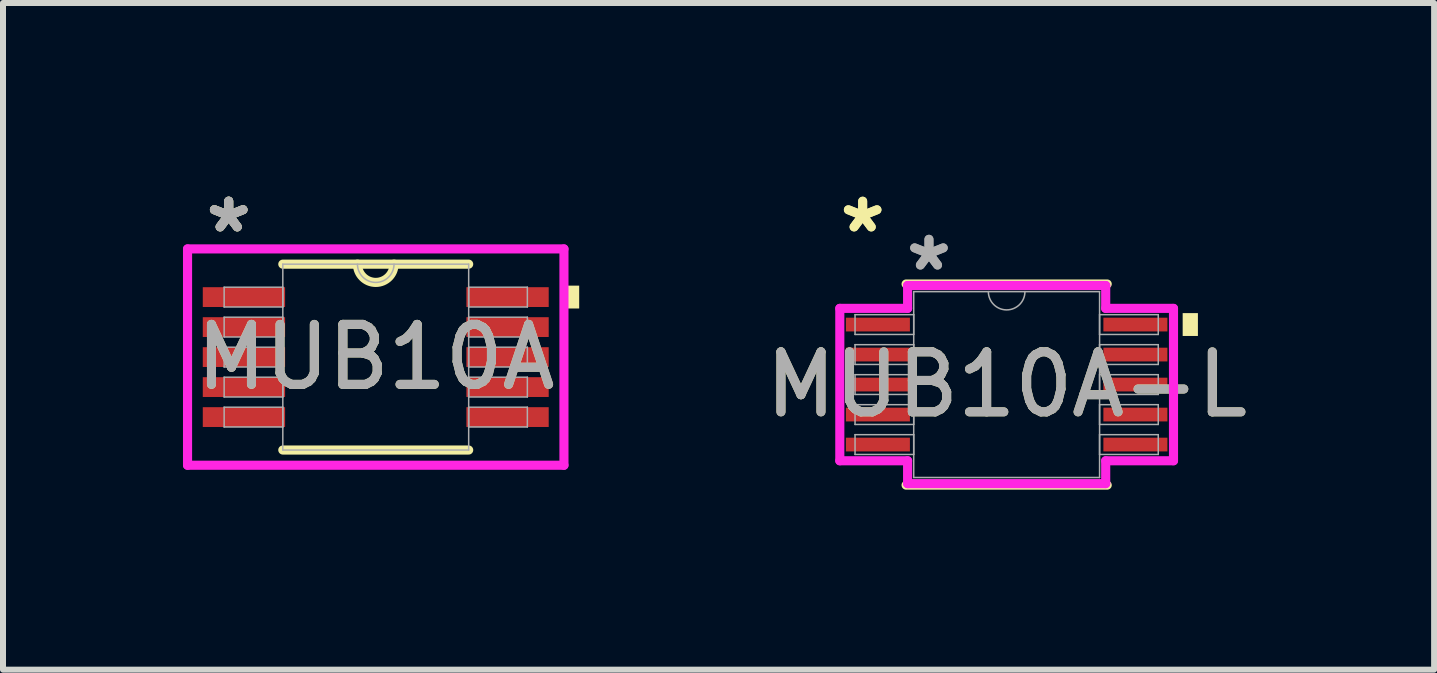
<source format=kicad_pcb>
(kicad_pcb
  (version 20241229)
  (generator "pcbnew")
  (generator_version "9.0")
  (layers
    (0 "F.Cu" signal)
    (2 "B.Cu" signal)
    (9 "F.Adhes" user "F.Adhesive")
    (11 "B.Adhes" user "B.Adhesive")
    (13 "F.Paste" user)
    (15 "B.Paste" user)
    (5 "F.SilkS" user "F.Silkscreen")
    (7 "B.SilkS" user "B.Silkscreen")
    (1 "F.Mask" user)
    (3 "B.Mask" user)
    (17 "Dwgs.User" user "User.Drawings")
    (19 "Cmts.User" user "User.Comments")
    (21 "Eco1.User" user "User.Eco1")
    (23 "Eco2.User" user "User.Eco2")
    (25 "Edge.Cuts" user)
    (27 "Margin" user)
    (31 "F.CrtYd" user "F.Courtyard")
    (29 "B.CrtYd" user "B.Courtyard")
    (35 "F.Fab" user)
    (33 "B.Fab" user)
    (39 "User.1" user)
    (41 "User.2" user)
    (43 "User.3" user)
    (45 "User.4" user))
  (footprint "MUB10A-L"
    (layer "F.Cu")
    (at 13.729 3.36)
    (property "Reference" "MUB10A-L" (at 0 0 0) (unlocked yes) (layer "F.SilkS") (effects (font (size 1 1) (thickness 0.15))))
    (attr smd)
    (fp_line (start -1.676 1.676) (end 1.676 1.676) (stroke (width 0.152) (type solid)) (layer "F.SilkS"))
    (fp_line (start 1.676 -1.676) (end -1.676 -1.676) (stroke (width 0.152) (type solid)) (layer "F.SilkS"))
    (fp_poly (pts (xy 3.188 -1.191) (xy 3.188 -0.81) (xy 2.934 -0.81) (xy 2.934 -1.191)) (stroke (width 0) (type solid)) (fill yes) (layer "F.SilkS"))
    (fp_line (start -2.781 -1.27) (end -1.651 -1.27) (stroke (width 0.152) (type solid)) (layer "F.CrtYd"))
    (fp_line (start -2.781 1.27) (end -2.781 -1.27) (stroke (width 0.152) (type solid)) (layer "F.CrtYd"))
    (fp_line (start -2.781 1.27) (end -1.651 1.27) (stroke (width 0.152) (type solid)) (layer "F.CrtYd"))
    (fp_line (start -1.651 -1.651) (end 1.651 -1.651) (stroke (width 0.152) (type solid)) (layer "F.CrtYd"))
    (fp_line (start -1.651 -1.27) (end -1.651 -1.651) (stroke (width 0.152) (type solid)) (layer "F.CrtYd"))
    (fp_line (start -1.651 1.651) (end -1.651 1.27) (stroke (width 0.152) (type solid)) (layer "F.CrtYd"))
    (fp_line (start 1.651 -1.651) (end 1.651 -1.27) (stroke (width 0.152) (type solid)) (layer "F.CrtYd"))
    (fp_line (start 1.651 1.27) (end 1.651 1.651) (stroke (width 0.152) (type solid)) (layer "F.CrtYd"))
    (fp_line (start 1.651 1.651) (end -1.651 1.651) (stroke (width 0.152) (type solid)) (layer "F.CrtYd"))
    (fp_line (start 2.781 -1.27) (end 1.651 -1.27) (stroke (width 0.152) (type solid)) (layer "F.CrtYd"))
    (fp_line (start 2.781 -1.27) (end 2.781 1.27) (stroke (width 0.152) (type solid)) (layer "F.CrtYd"))
    (fp_line (start 2.781 1.27) (end 1.651 1.27) (stroke (width 0.152) (type solid)) (layer "F.CrtYd"))
    (fp_line (start -2.527 -1.165) (end -2.527 -0.835) (stroke (width 0.025) (type solid)) (layer "F.Fab"))
    (fp_line (start -2.527 -0.835) (end -1.549 -0.835) (stroke (width 0.025) (type solid)) (layer "F.Fab"))
    (fp_line (start -2.527 -0.665) (end -2.527 -0.335) (stroke (width 0.025) (type solid)) (layer "F.Fab"))
    (fp_line (start -2.527 -0.335) (end -1.549 -0.335) (stroke (width 0.025) (type solid)) (layer "F.Fab"))
    (fp_line (start -2.527 -0.165) (end -2.527 0.165) (stroke (width 0.025) (type solid)) (layer "F.Fab"))
    (fp_line (start -2.527 0.165) (end -1.549 0.165) (stroke (width 0.025) (type solid)) (layer "F.Fab"))
    (fp_line (start -2.527 0.335) (end -2.527 0.665) (stroke (width 0.025) (type solid)) (layer "F.Fab"))
    (fp_line (start -2.527 0.665) (end -1.549 0.665) (stroke (width 0.025) (type solid)) (layer "F.Fab"))
    (fp_line (start -2.527 0.835) (end -2.527 1.165) (stroke (width 0.025) (type solid)) (layer "F.Fab"))
    (fp_line (start -2.527 1.165) (end -1.549 1.165) (stroke (width 0.025) (type solid)) (layer "F.Fab"))
    (fp_line (start -1.549 -1.549) (end -1.549 1.549) (stroke (width 0.025) (type solid)) (layer "F.Fab"))
    (fp_line (start -1.549 -1.165) (end -2.527 -1.165) (stroke (width 0.025) (type solid)) (layer "F.Fab"))
    (fp_line (start -1.549 -0.835) (end -1.549 -1.165) (stroke (width 0.025) (type solid)) (layer "F.Fab"))
    (fp_line (start -1.549 -0.665) (end -2.527 -0.665) (stroke (width 0.025) (type solid)) (layer "F.Fab"))
    (fp_line (start -1.549 -0.335) (end -1.549 -0.665) (stroke (width 0.025) (type solid)) (layer "F.Fab"))
    (fp_line (start -1.549 -0.165) (end -2.527 -0.165) (stroke (width 0.025) (type solid)) (layer "F.Fab"))
    (fp_line (start -1.549 0.165) (end -1.549 -0.165) (stroke (width 0.025) (type solid)) (layer "F.Fab"))
    (fp_line (start -1.549 0.335) (end -2.527 0.335) (stroke (width 0.025) (type solid)) (layer "F.Fab"))
    (fp_line (start -1.549 0.665) (end -1.549 0.335) (stroke (width 0.025) (type solid)) (layer "F.Fab"))
    (fp_line (start -1.549 0.835) (end -2.527 0.835) (stroke (width 0.025) (type solid)) (layer "F.Fab"))
    (fp_line (start -1.549 1.165) (end -1.549 0.835) (stroke (width 0.025) (type solid)) (layer "F.Fab"))
    (fp_line (start -1.549 1.549) (end 1.549 1.549) (stroke (width 0.025) (type solid)) (layer "F.Fab"))
    (fp_line (start 1.549 -1.549) (end -1.549 -1.549) (stroke (width 0.025) (type solid)) (layer "F.Fab"))
    (fp_line (start 1.549 -1.165) (end 1.549 -0.835) (stroke (width 0.025) (type solid)) (layer "F.Fab"))
    (fp_line (start 1.549 -0.835) (end 2.527 -0.835) (stroke (width 0.025) (type solid)) (layer "F.Fab"))
    (fp_line (start 1.549 -0.665) (end 1.549 -0.335) (stroke (width 0.025) (type solid)) (layer "F.Fab"))
    (fp_line (start 1.549 -0.335) (end 2.527 -0.335) (stroke (width 0.025) (type solid)) (layer "F.Fab"))
    (fp_line (start 1.549 -0.165) (end 1.549 0.165) (stroke (width 0.025) (type solid)) (layer "F.Fab"))
    (fp_line (start 1.549 0.165) (end 2.527 0.165) (stroke (width 0.025) (type solid)) (layer "F.Fab"))
    (fp_line (start 1.549 0.335) (end 1.549 0.665) (stroke (width 0.025) (type solid)) (layer "F.Fab"))
    (fp_line (start 1.549 0.665) (end 2.527 0.665) (stroke (width 0.025) (type solid)) (layer "F.Fab"))
    (fp_line (start 1.549 0.835) (end 1.549 1.165) (stroke (width 0.025) (type solid)) (layer "F.Fab"))
    (fp_line (start 1.549 1.165) (end 2.527 1.165) (stroke (width 0.025) (type solid)) (layer "F.Fab"))
    (fp_line (start 1.549 1.549) (end 1.549 -1.549) (stroke (width 0.025) (type solid)) (layer "F.Fab"))
    (fp_line (start 2.527 -1.165) (end 1.549 -1.165) (stroke (width 0.025) (type solid)) (layer "F.Fab"))
    (fp_line (start 2.527 -0.835) (end 2.527 -1.165) (stroke (width 0.025) (type solid)) (layer "F.Fab"))
    (fp_line (start 2.527 -0.665) (end 1.549 -0.665) (stroke (width 0.025) (type solid)) (layer "F.Fab"))
    (fp_line (start 2.527 -0.335) (end 2.527 -0.665) (stroke (width 0.025) (type solid)) (layer "F.Fab"))
    (fp_line (start 2.527 -0.165) (end 1.549 -0.165) (stroke (width 0.025) (type solid)) (layer "F.Fab"))
    (fp_line (start 2.527 0.165) (end 2.527 -0.165) (stroke (width 0.025) (type solid)) (layer "F.Fab"))
    (fp_line (start 2.527 0.335) (end 1.549 0.335) (stroke (width 0.025) (type solid)) (layer "F.Fab"))
    (fp_line (start 2.527 0.665) (end 2.527 0.335) (stroke (width 0.025) (type solid)) (layer "F.Fab"))
    (fp_line (start 2.527 0.835) (end 1.549 0.835) (stroke (width 0.025) (type solid)) (layer "F.Fab"))
    (fp_line (start 2.527 1.165) (end 2.527 0.835) (stroke (width 0.025) (type solid)) (layer "F.Fab"))
    (fp_arc (start 0.3048 -1.5494) (mid 0 -1.2446) (end -0.3048 -1.5494) (stroke (width 0.0254) (type solid)) (layer "F.Fab"))
    (fp_text user "*" (at -2.4 -2.511 0) (layer "F.SilkS") (effects (font (size 1 1) (thickness 0.15))))
    (fp_text user "*" (at -2.4 -2.511 0) (unlocked yes) (layer "F.SilkS") (effects (font (size 1 1) (thickness 0.15))))
    (fp_text user "*" (at -1.295 -1.876 0) (unlocked yes) (layer "F.Fab") (effects (font (size 1 1) (thickness 0.15))))
    (fp_text user "*" (at -1.295 -1.876 0) (layer "F.Fab") (effects (font (size 1 1) (thickness 0.15))))
    (fp_text user "${REFERENCE}" (at 0 0 0) (unlocked yes) (layer "F.Fab") (effects (font (size 1 1) (thickness 0.15))))
    (pad "1" smd rect (at -2.146 -1) (size 1.067 0.229) (layers "F.Cu" "F.Mask" "F.Paste"))
    (pad "2" smd rect (at -2.146 -0.5) (size 1.067 0.229) (layers "F.Cu" "F.Mask" "F.Paste"))
    (pad "3" smd rect (at -2.146 0) (size 1.067 0.229) (layers "F.Cu" "F.Mask" "F.Paste"))
    (pad "4" smd rect (at -2.146 0.5) (size 1.067 0.229) (layers "F.Cu" "F.Mask" "F.Paste"))
    (pad "5" smd rect (at -2.146 1) (size 1.067 0.229) (layers "F.Cu" "F.Mask" "F.Paste"))
    (pad "6" smd rect (at 2.146 1) (size 1.067 0.229) (layers "F.Cu" "F.Mask" "F.Paste"))
    (pad "7" smd rect (at 2.146 0.5) (size 1.067 0.229) (layers "F.Cu" "F.Mask" "F.Paste"))
    (pad "8" smd rect (at 2.146 0) (size 1.067 0.229) (layers "F.Cu" "F.Mask" "F.Paste"))
    (pad "9" smd rect (at 2.146 -0.5) (size 1.067 0.229) (layers "F.Cu" "F.Mask" "F.Paste"))
    (pad "10" smd rect (at 2.146 -1) (size 1.067 0.229) (layers "F.Cu" "F.Mask" "F.Paste")))
  (footprint "MUB10A"
    (layer "F.Cu")
    (at 3.213 2.902)
    (property "Reference" "MUB10A" (at 0 0 0) (unlocked yes) (layer "F.SilkS") (effects (font (size 1 1) (thickness 0.15))))
    (attr smd)
    (fp_line (start -1.549 1.549) (end 1.549 1.549) (stroke (width 0.152) (type solid)) (layer "F.SilkS"))
    (fp_line (start 1.549 -1.549) (end -1.549 -1.549) (stroke (width 0.152) (type solid)) (layer "F.SilkS"))
    (fp_arc (start 0.3048 -1.5494) (mid 0 -1.2446) (end -0.3048 -1.5494) (stroke (width 0.1524) (type solid)) (layer "F.SilkS"))
    (fp_poly (pts (xy 3.391 -1.191) (xy 3.391 -0.81) (xy 3.137 -0.81) (xy 3.137 -1.191)) (stroke (width 0) (type solid)) (fill yes) (layer "F.SilkS"))
    (fp_line (start -3.137 -1.803) (end 3.137 -1.803) (stroke (width 0.152) (type solid)) (layer "F.CrtYd"))
    (fp_line (start -3.137 1.803) (end -3.137 -1.803) (stroke (width 0.152) (type solid)) (layer "F.CrtYd"))
    (fp_line (start 3.137 -1.803) (end 3.137 1.803) (stroke (width 0.152) (type solid)) (layer "F.CrtYd"))
    (fp_line (start 3.137 1.803) (end -3.137 1.803) (stroke (width 0.152) (type solid)) (layer "F.CrtYd"))
    (fp_line (start -2.527 -1.165) (end -2.527 -0.835) (stroke (width 0.025) (type solid)) (layer "F.Fab"))
    (fp_line (start -2.527 -0.835) (end -1.549 -0.835) (stroke (width 0.025) (type solid)) (layer "F.Fab"))
    (fp_line (start -2.527 -0.665) (end -2.527 -0.335) (stroke (width 0.025) (type solid)) (layer "F.Fab"))
    (fp_line (start -2.527 -0.335) (end -1.549 -0.335) (stroke (width 0.025) (type solid)) (layer "F.Fab"))
    (fp_line (start -2.527 -0.165) (end -2.527 0.165) (stroke (width 0.025) (type solid)) (layer "F.Fab"))
    (fp_line (start -2.527 0.165) (end -1.549 0.165) (stroke (width 0.025) (type solid)) (layer "F.Fab"))
    (fp_line (start -2.527 0.335) (end -2.527 0.665) (stroke (width 0.025) (type solid)) (layer "F.Fab"))
    (fp_line (start -2.527 0.665) (end -1.549 0.665) (stroke (width 0.025) (type solid)) (layer "F.Fab"))
    (fp_line (start -2.527 0.835) (end -2.527 1.165) (stroke (width 0.025) (type solid)) (layer "F.Fab"))
    (fp_line (start -2.527 1.165) (end -1.549 1.165) (stroke (width 0.025) (type solid)) (layer "F.Fab"))
    (fp_line (start -1.549 -1.549) (end -1.549 1.549) (stroke (width 0.025) (type solid)) (layer "F.Fab"))
    (fp_line (start -1.549 -1.165) (end -2.527 -1.165) (stroke (width 0.025) (type solid)) (layer "F.Fab"))
    (fp_line (start -1.549 -0.835) (end -1.549 -1.165) (stroke (width 0.025) (type solid)) (layer "F.Fab"))
    (fp_line (start -1.549 -0.665) (end -2.527 -0.665) (stroke (width 0.025) (type solid)) (layer "F.Fab"))
    (fp_line (start -1.549 -0.335) (end -1.549 -0.665) (stroke (width 0.025) (type solid)) (layer "F.Fab"))
    (fp_line (start -1.549 -0.165) (end -2.527 -0.165) (stroke (width 0.025) (type solid)) (layer "F.Fab"))
    (fp_line (start -1.549 0.165) (end -1.549 -0.165) (stroke (width 0.025) (type solid)) (layer "F.Fab"))
    (fp_line (start -1.549 0.335) (end -2.527 0.335) (stroke (width 0.025) (type solid)) (layer "F.Fab"))
    (fp_line (start -1.549 0.665) (end -1.549 0.335) (stroke (width 0.025) (type solid)) (layer "F.Fab"))
    (fp_line (start -1.549 0.835) (end -2.527 0.835) (stroke (width 0.025) (type solid)) (layer "F.Fab"))
    (fp_line (start -1.549 1.165) (end -1.549 0.835) (stroke (width 0.025) (type solid)) (layer "F.Fab"))
    (fp_line (start -1.549 1.549) (end 1.549 1.549) (stroke (width 0.025) (type solid)) (layer "F.Fab"))
    (fp_line (start 1.549 -1.549) (end -1.549 -1.549) (stroke (width 0.025) (type solid)) (layer "F.Fab"))
    (fp_line (start 1.549 -1.165) (end 1.549 -0.835) (stroke (width 0.025) (type solid)) (layer "F.Fab"))
    (fp_line (start 1.549 -0.835) (end 2.527 -0.835) (stroke (width 0.025) (type solid)) (layer "F.Fab"))
    (fp_line (start 1.549 -0.665) (end 1.549 -0.335) (stroke (width 0.025) (type solid)) (layer "F.Fab"))
    (fp_line (start 1.549 -0.335) (end 2.527 -0.335) (stroke (width 0.025) (type solid)) (layer "F.Fab"))
    (fp_line (start 1.549 -0.165) (end 1.549 0.165) (stroke (width 0.025) (type solid)) (layer "F.Fab"))
    (fp_line (start 1.549 0.165) (end 2.527 0.165) (stroke (width 0.025) (type solid)) (layer "F.Fab"))
    (fp_line (start 1.549 0.335) (end 1.549 0.665) (stroke (width 0.025) (type solid)) (layer "F.Fab"))
    (fp_line (start 1.549 0.665) (end 2.527 0.665) (stroke (width 0.025) (type solid)) (layer "F.Fab"))
    (fp_line (start 1.549 0.835) (end 1.549 1.165) (stroke (width 0.025) (type solid)) (layer "F.Fab"))
    (fp_line (start 1.549 1.165) (end 2.527 1.165) (stroke (width 0.025) (type solid)) (layer "F.Fab"))
    (fp_line (start 1.549 1.549) (end 1.549 -1.549) (stroke (width 0.025) (type solid)) (layer "F.Fab"))
    (fp_line (start 2.527 -1.165) (end 1.549 -1.165) (stroke (width 0.025) (type solid)) (layer "F.Fab"))
    (fp_line (start 2.527 -0.835) (end 2.527 -1.165) (stroke (width 0.025) (type solid)) (layer "F.Fab"))
    (fp_line (start 2.527 -0.665) (end 1.549 -0.665) (stroke (width 0.025) (type solid)) (layer "F.Fab"))
    (fp_line (start 2.527 -0.335) (end 2.527 -0.665) (stroke (width 0.025) (type solid)) (layer "F.Fab"))
    (fp_line (start 2.527 -0.165) (end 1.549 -0.165) (stroke (width 0.025) (type solid)) (layer "F.Fab"))
    (fp_line (start 2.527 0.165) (end 2.527 -0.165) (stroke (width 0.025) (type solid)) (layer "F.Fab"))
    (fp_line (start 2.527 0.335) (end 1.549 0.335) (stroke (width 0.025) (type solid)) (layer "F.Fab"))
    (fp_line (start 2.527 0.665) (end 2.527 0.335) (stroke (width 0.025) (type solid)) (layer "F.Fab"))
    (fp_line (start 2.527 0.835) (end 1.549 0.835) (stroke (width 0.025) (type solid)) (layer "F.Fab"))
    (fp_line (start 2.527 1.165) (end 2.527 0.835) (stroke (width 0.025) (type solid)) (layer "F.Fab"))
    (fp_arc (start 0.3048 -1.5494) (mid 0 -1.2446) (end -0.3048 -1.5494) (stroke (width 0.0254) (type solid)) (layer "F.Fab"))
    (fp_text user "*" (at -2.451 -2.054 0) (unlocked yes) (layer "F.SilkS") (effects (font (size 1 1) (thickness 0.15))))
    (fp_text user "*" (at -2.451 -2.054 0) (layer "F.SilkS") (effects (font (size 1 1) (thickness 0.15))))
    (fp_text user "${REFERENCE}" (at 0 0 0) (unlocked yes) (layer "F.Fab") (effects (font (size 1 1) (thickness 0.15))))
    (fp_text user "*" (at -2.451 -2.054 0) (layer "F.Fab") (effects (font (size 1 1) (thickness 0.15))))
    (fp_text user "*" (at -2.451 -2.054 0) (unlocked yes) (layer "F.Fab") (effects (font (size 1 1) (thickness 0.15))))
    (pad "1" smd rect (at -2.197 -1) (size 1.372 0.33) (layers "F.Cu" "F.Mask" "F.Paste"))
    (pad "2" smd rect (at -2.197 -0.5) (size 1.372 0.33) (layers "F.Cu" "F.Mask" "F.Paste"))
    (pad "3" smd rect (at -2.197 0) (size 1.372 0.33) (layers "F.Cu" "F.Mask" "F.Paste"))
    (pad "4" smd rect (at -2.197 0.5) (size 1.372 0.33) (layers "F.Cu" "F.Mask" "F.Paste"))
    (pad "5" smd rect (at -2.197 1) (size 1.372 0.33) (layers "F.Cu" "F.Mask" "F.Paste"))
    (pad "6" smd rect (at 2.197 1) (size 1.372 0.33) (layers "F.Cu" "F.Mask" "F.Paste"))
    (pad "7" smd rect (at 2.197 0.5) (size 1.372 0.33) (layers "F.Cu" "F.Mask" "F.Paste"))
    (pad "8" smd rect (at 2.197 0) (size 1.372 0.33) (layers "F.Cu" "F.Mask" "F.Paste"))
    (pad "9" smd rect (at 2.197 -0.5) (size 1.372 0.33) (layers "F.Cu" "F.Mask" "F.Paste"))
    (pad "10" smd rect (at 2.197 -1) (size 1.372 0.33) (layers "F.Cu" "F.Mask" "F.Paste")))
  (gr_rect
    (start -3 -3)
    (end 20.854 8.112)
    (stroke (width 0.1) (type default))
    (fill no)
    (layer "Edge.Cuts")))
</source>
